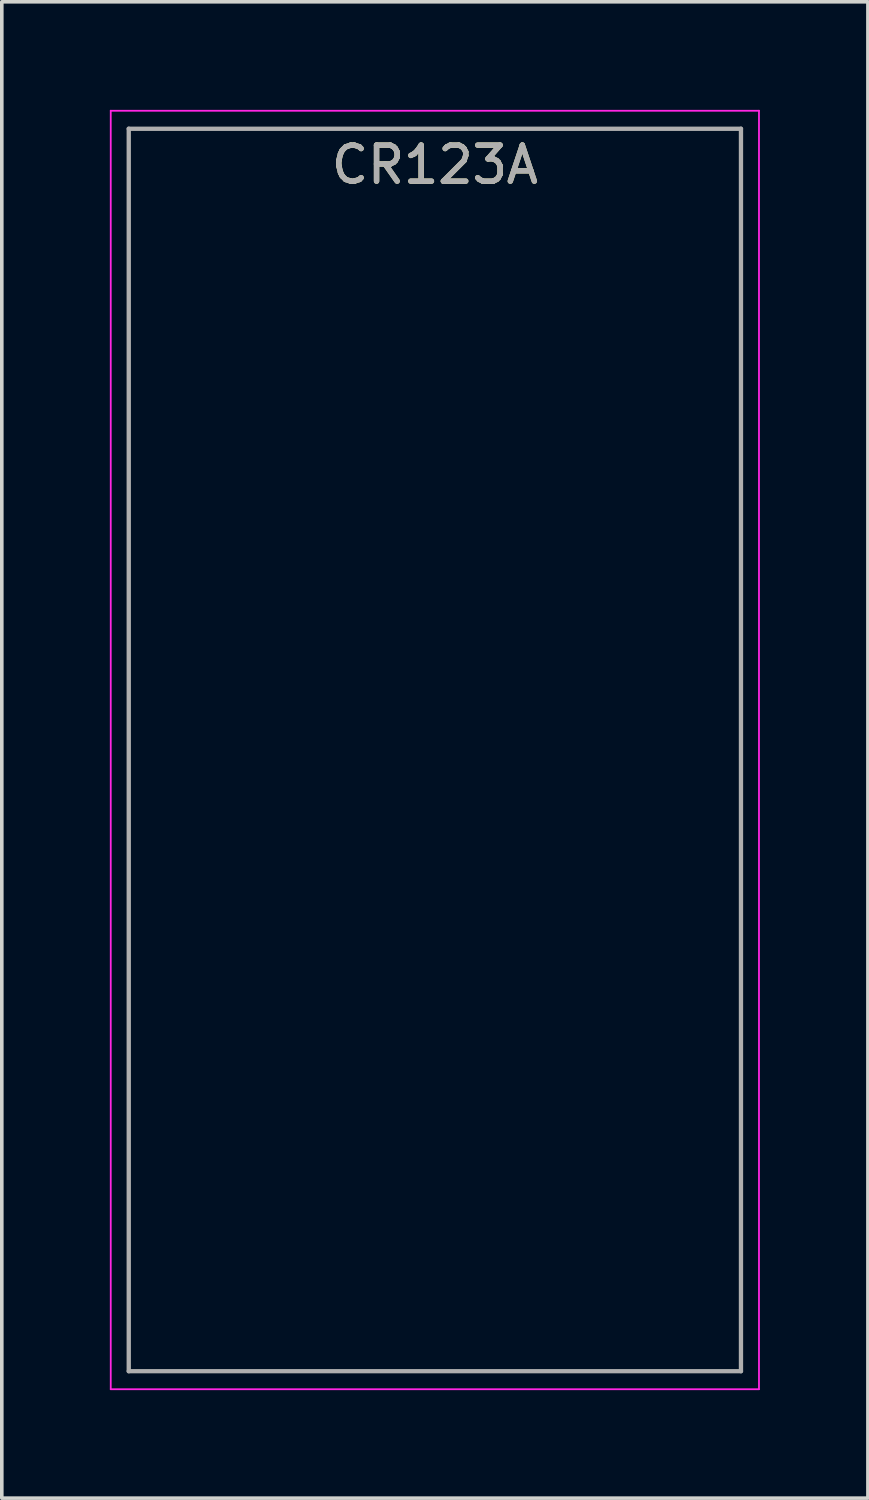
<source format=kicad_pcb>
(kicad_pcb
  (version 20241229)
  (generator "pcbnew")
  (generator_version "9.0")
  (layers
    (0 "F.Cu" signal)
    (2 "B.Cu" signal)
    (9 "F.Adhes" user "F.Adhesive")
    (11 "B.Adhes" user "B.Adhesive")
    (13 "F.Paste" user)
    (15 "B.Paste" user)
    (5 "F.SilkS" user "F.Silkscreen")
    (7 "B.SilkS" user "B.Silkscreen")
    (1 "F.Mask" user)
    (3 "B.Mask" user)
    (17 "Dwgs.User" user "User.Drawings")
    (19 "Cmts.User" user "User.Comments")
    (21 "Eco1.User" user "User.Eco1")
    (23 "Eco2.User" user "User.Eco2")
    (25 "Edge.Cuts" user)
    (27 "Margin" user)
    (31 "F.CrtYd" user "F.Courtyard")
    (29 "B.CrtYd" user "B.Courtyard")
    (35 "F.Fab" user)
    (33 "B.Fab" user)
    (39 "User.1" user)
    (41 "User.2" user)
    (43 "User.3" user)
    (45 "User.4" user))
  (footprint "CR123A"
    (layer "F.Cu")
    (at 9.025 35.025)
    (property "Reference" "CR123A" (at 0 -33.5 0) (layer "F.SilkS") (effects (font (size 1 1) (thickness 0.15))))
    (attr through_hole)
    (fp_line (start -9 -35) (end 9 -35) (stroke (width 0.05) (type solid)) (layer "F.CrtYd"))
    (fp_line (start -9 0.5) (end -9 -35) (stroke (width 0.05) (type solid)) (layer "F.CrtYd"))
    (fp_line (start 9 -35) (end 9 0.5) (stroke (width 0.05) (type solid)) (layer "F.CrtYd"))
    (fp_line (start 9 0.5) (end -9 0.5) (stroke (width 0.05) (type solid)) (layer "F.CrtYd"))
    (fp_line (start -8.5 -34.5) (end -8.5 0) (stroke (width 0.12) (type solid)) (layer "F.Fab"))
    (fp_line (start -8.5 -34.5) (end 8.5 -34.5) (stroke (width 0.12) (type solid)) (layer "F.Fab"))
    (fp_line (start -8.5 0) (end 8.5 0) (stroke (width 0.12) (type solid)) (layer "F.Fab"))
    (fp_line (start 8.5 -34.5) (end 8.5 0) (stroke (width 0.12) (type solid)) (layer "F.Fab"))
    (fp_text user "${REFERENCE}" (at 0 -33.5 0) (layer "F.Fab") (effects (font (size 1 1) (thickness 0.15)))))
  (gr_rect
    (start -3 -3)
    (end 21.05 38.55)
    (stroke (width 0.1) (type default))
    (fill no)
    (layer "Edge.Cuts")))
</source>
